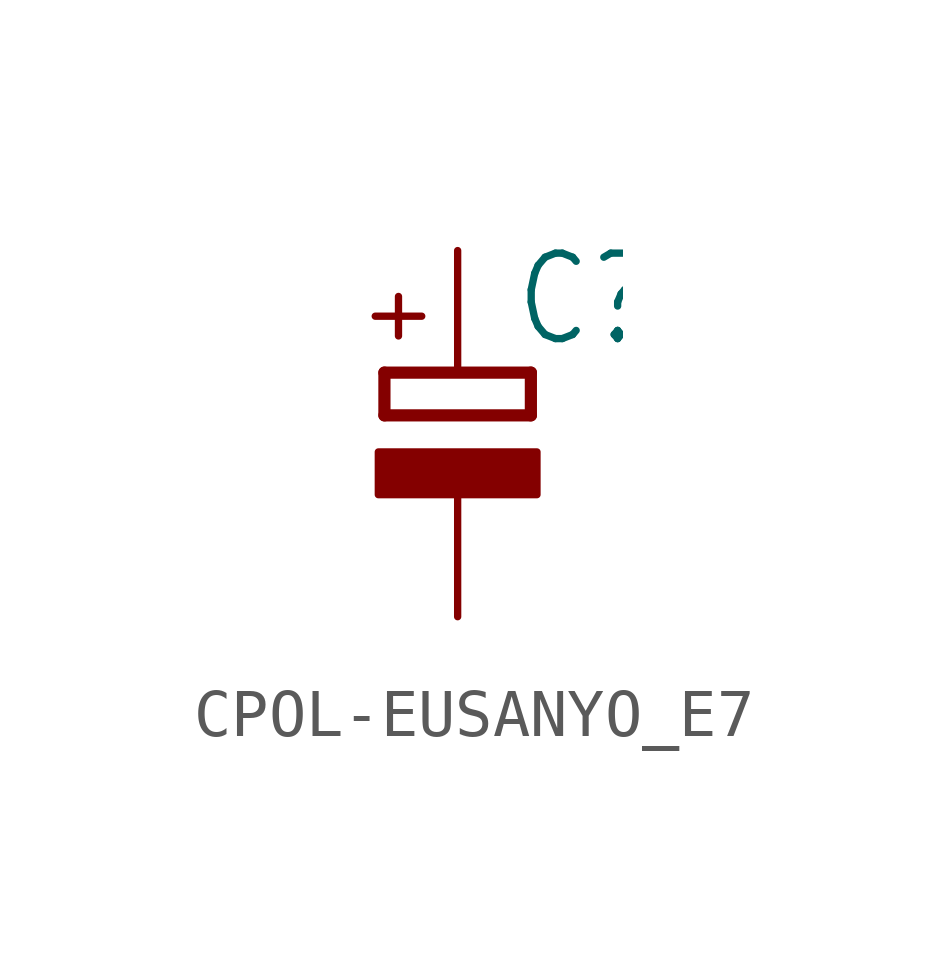
<source format=kicad_sym>
(kicad_symbol_lib
  (version 20241209)
  (generator "kicad_symbol_editor")
  (generator_version "9.0")
  (symbol "CPOL-EUSANYO_E7"
    (property "Reference" "C"
      (at 1.143 0.483 0)
      (effects (font (size 1.778 1.511)) (justify left bottom)))
    (property "Value" ""
      (at 1.143 -4.597 0)
      (effects (font (size 1.778 1.511)) (justify left bottom)))
    (property "ki_locked" ""
      (at 0 0 0)
      (effects (font (size 1.27 1.27))))
    (symbol "CPOL-EUSANYO_E7_1_0"
      (rectangle (start -1.651 -2.54) (end 1.651 -1.651) (stroke (width 0) (type default)) (fill (type outline)))
      (polyline (pts (xy -1.524 0) (xy -1.524 -0.889)) (stroke (width 0.254) (type solid)) (fill (type none)))
      (polyline (pts (xy -1.524 0) (xy 1.524 0)) (stroke (width 0.254) (type solid)) (fill (type none)))
      (polyline (pts (xy -1.524 -0.889) (xy 1.524 -0.889)) (stroke (width 0.254) (type solid)) (fill (type none)))
      (polyline (pts (xy 1.524 -0.889) (xy 1.524 0)) (stroke (width 0.254) (type solid)) (fill (type none)))
      (text "+" (at -0.584 0.406 900) (effects (font (size 1.27 1.079)) (justify left bottom)))
      (pin passive line (at 0 2.54 270) (length 2.54) (name "+" (effects (font (size 0 0)))) (number "+" (effects (font (size 0 0)))))
      (pin passive line (at 0 -5.08 90) (length 2.54) (name "-" (effects (font (size 0 0)))) (number "-" (effects (font (size 0 0))))))))
</source>
